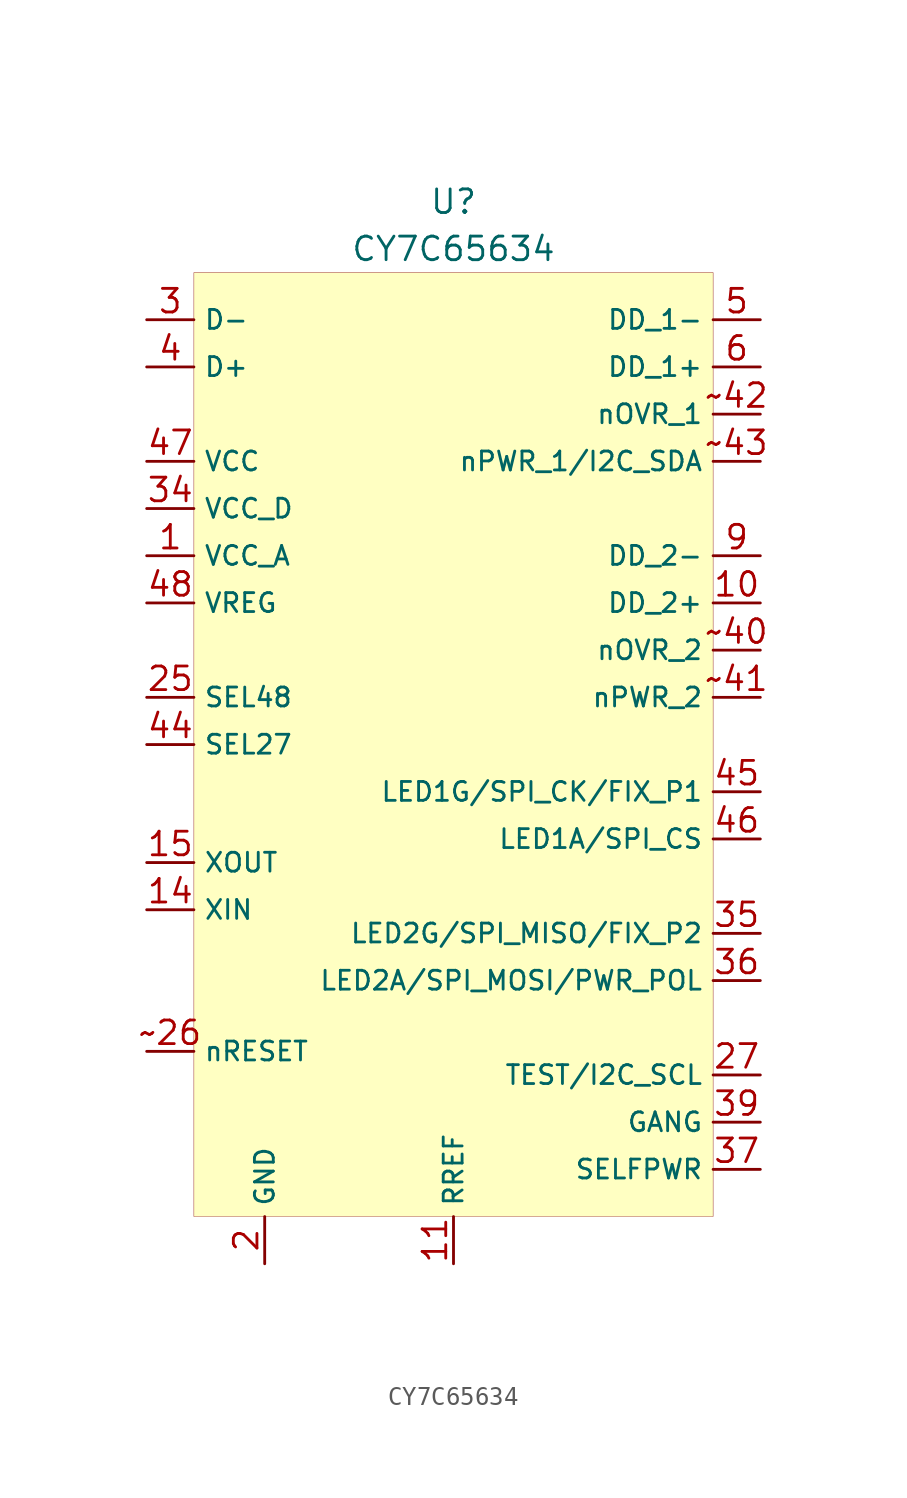
<source format=kicad_sym>
(kicad_symbol_lib
  (version 20201005)
  (generator kicad_symbol_editor)
  (symbol "CustomSymbols:CY7C65634"
    (property "Reference" "U"
      (at 0 29.21 0)
      (effects (font (size 1.27 1.27))))
    (property "Value" "CY7C65634"
      (at 0 26.67 0)
      (effects (font (size 1.27 1.27))))
    (symbol "CY7C65634_0_0"
      (pin power_in line (at -16.51 10.16 0) (length 2.54) (name "VCC_A" (effects (font (size 1.016 1.016)))) (number "1" (effects (font (size 1.27 1.27)))))
      (pin tri_state line (at 16.51 7.62 180) (length 2.54) (name "DD_2+" (effects (font (size 1.016 1.016)))) (number "10" (effects (font (size 1.27 1.27)))))
      (pin passive line (at 0 -27.94 90) (length 2.54) (name "RREF" (effects (font (size 1.016 1.016)))) (number "11" (effects (font (size 1.27 1.27)))))
      (pin power_in line (at -16.51 10.16 0) (length 2.54) hide (name "VCC_A" (effects (font (size 1.016 1.016)))) (number "12" (effects (font (size 1.27 1.27)))))
      (pin power_in line (at -10.16 -27.94 90) (length 2.54) hide (name "GND" (effects (font (size 1.016 1.016)))) (number "13" (effects (font (size 1.27 1.27)))))
      (pin input line (at -16.51 -8.89 0) (length 2.54) (name "XIN" (effects (font (size 1.016 1.016)))) (number "14" (effects (font (size 1.27 1.27)))))
      (pin output line (at -16.51 -6.35 0) (length 2.54) (name "XOUT" (effects (font (size 1.016 1.016)))) (number "15" (effects (font (size 1.27 1.27)))))
      (pin power_in line (at -16.51 10.16 0) (length 2.54) hide (name "VCC_A" (effects (font (size 1.016 1.016)))) (number "16" (effects (font (size 1.27 1.27)))))
      (pin no_connect non_logic (at -6.35 -27.94 90) (length 2.54) hide (name "NC" (effects (font (size 1.27 1.27)))) (number "17" (effects (font (size 1.27 1.27)))))
      (pin no_connect non_logic (at -6.35 -27.94 90) (length 2.54) hide (name "NC" (effects (font (size 1.27 1.27)))) (number "18" (effects (font (size 1.27 1.27)))))
      (pin no_connect non_logic (at -6.35 -27.94 90) (length 2.54) hide (name "NC" (effects (font (size 1.27 1.27)))) (number "19" (effects (font (size 1.27 1.27)))))
      (pin power_in line (at -10.16 -27.94 90) (length 2.54) (name "GND" (effects (font (size 1.016 1.016)))) (number "2" (effects (font (size 1.27 1.27)))))
      (pin power_in line (at -10.16 -27.94 90) (length 2.54) hide (name "GND" (effects (font (size 1.016 1.016)))) (number "20" (effects (font (size 1.27 1.27)))))
      (pin no_connect non_logic (at -6.35 -27.94 90) (length 2.54) hide (name "NC" (effects (font (size 1.27 1.27)))) (number "21" (effects (font (size 1.27 1.27)))))
      (pin no_connect non_logic (at -6.35 -27.94 90) (length 2.54) hide (name "NC" (effects (font (size 1.27 1.27)))) (number "22" (effects (font (size 1.27 1.27)))))
      (pin no_connect non_logic (at -6.35 -27.94 90) (length 2.54) hide (name "NC" (effects (font (size 1.27 1.27)))) (number "23" (effects (font (size 1.27 1.27)))))
      (pin no_connect non_logic (at -6.35 -27.94 90) (length 2.54) hide (name "NC" (effects (font (size 1.27 1.27)))) (number "24" (effects (font (size 1.27 1.27)))))
      (pin input line (at -16.51 2.54 0) (length 2.54) (name "SEL48" (effects (font (size 1.016 1.016)))) (number "25" (effects (font (size 1.27 1.27)))))
      (pin bidirectional line (at 16.51 -17.78 180) (length 2.54) (name "TEST/I2C_SCL" (effects (font (size 1.016 1.016)))) (number "27" (effects (font (size 1.27 1.27)))))
      (pin no_connect non_logic (at -6.35 -27.94 90) (length 2.54) hide (name "NC" (effects (font (size 1.27 1.27)))) (number "28" (effects (font (size 1.27 1.27)))))
      (pin no_connect non_logic (at -6.35 -27.94 90) (length 2.54) hide (name "NC" (effects (font (size 1.27 1.27)))) (number "29" (effects (font (size 1.27 1.27)))))
      (pin tri_state line (at -16.51 22.86 0) (length 2.54) (name "D-" (effects (font (size 1.016 1.016)))) (number "3" (effects (font (size 1.27 1.27)))))
      (pin no_connect non_logic (at -6.35 -27.94 90) (length 2.54) hide (name "NC" (effects (font (size 1.27 1.27)))) (number "30" (effects (font (size 1.27 1.27)))))
      (pin no_connect non_logic (at -6.35 -27.94 90) (length 2.54) hide (name "NC" (effects (font (size 1.27 1.27)))) (number "31" (effects (font (size 1.27 1.27)))))
      (pin no_connect non_logic (at -6.35 -27.94 90) (length 2.54) hide (name "NC" (effects (font (size 1.27 1.27)))) (number "32" (effects (font (size 1.27 1.27)))))
      (pin no_connect non_logic (at -6.35 -27.94 90) (length 2.54) hide (name "NC" (effects (font (size 1.27 1.27)))) (number "33" (effects (font (size 1.27 1.27)))))
      (pin power_in line (at -16.51 12.7 0) (length 2.54) (name "VCC_D" (effects (font (size 1.016 1.016)))) (number "34" (effects (font (size 1.27 1.27)))))
      (pin bidirectional line (at 16.51 -10.16 180) (length 2.54) (name "LED2G/SPI_MISO/FIX_P2" (effects (font (size 1.016 1.016)))) (number "35" (effects (font (size 1.27 1.27)))))
      (pin bidirectional line (at 16.51 -12.7 180) (length 2.54) (name "LED2A/SPI_MOSI/PWR_POL" (effects (font (size 1.016 1.016)))) (number "36" (effects (font (size 1.27 1.27)))))
      (pin input line (at 16.51 -22.86 180) (length 2.54) (name "SELFPWR" (effects (font (size 1.016 1.016)))) (number "37" (effects (font (size 1.27 1.27)))))
      (pin power_in line (at -16.51 12.7 0) (length 2.54) hide (name "VCC_D" (effects (font (size 1.016 1.016)))) (number "38" (effects (font (size 1.27 1.27)))))
      (pin bidirectional line (at 16.51 -20.32 180) (length 2.54) (name "GANG" (effects (font (size 1.016 1.016)))) (number "39" (effects (font (size 1.27 1.27)))))
      (pin tri_state line (at -16.51 20.32 0) (length 2.54) (name "D+" (effects (font (size 1.016 1.016)))) (number "4" (effects (font (size 1.27 1.27)))))
      (pin input line (at -16.51 0 0) (length 2.54) (name "SEL27" (effects (font (size 1.016 1.016)))) (number "44" (effects (font (size 1.27 1.27)))))
      (pin bidirectional line (at 16.51 -2.54 180) (length 2.54) (name "LED1G/SPI_CK/FIX_P1" (effects (font (size 1.016 1.016)))) (number "45" (effects (font (size 1.27 1.27)))))
      (pin output line (at 16.51 -5.08 180) (length 2.54) (name "LED1A/SPI_CS" (effects (font (size 1.016 1.016)))) (number "46" (effects (font (size 1.27 1.27)))))
      (pin power_in line (at -16.51 15.24 0) (length 2.54) (name "VCC" (effects (font (size 1.016 1.016)))) (number "47" (effects (font (size 1.27 1.27)))))
      (pin power_out line (at -16.51 7.62 0) (length 2.54) (name "VREG" (effects (font (size 1.016 1.016)))) (number "48" (effects (font (size 1.27 1.27)))))
      (pin tri_state line (at 16.51 22.86 180) (length 2.54) (name "DD_1-" (effects (font (size 1.016 1.016)))) (number "5" (effects (font (size 1.27 1.27)))))
      (pin tri_state line (at 16.51 20.32 180) (length 2.54) (name "DD_1+" (effects (font (size 1.016 1.016)))) (number "6" (effects (font (size 1.27 1.27)))))
      (pin power_in line (at -16.51 10.16 0) (length 2.54) hide (name "VCC_A" (effects (font (size 1.016 1.016)))) (number "7" (effects (font (size 1.27 1.27)))))
      (pin power_in line (at -10.16 -27.94 90) (length 2.54) hide (name "GND" (effects (font (size 1.016 1.016)))) (number "8" (effects (font (size 1.27 1.27)))))
      (pin tri_state line (at 16.51 10.16 180) (length 2.54) (name "DD_2-" (effects (font (size 1.016 1.016)))) (number "9" (effects (font (size 1.27 1.27)))))
      (pin input line (at -16.51 -16.51 0) (length 2.54) (name "nRESET" (effects (font (size 1.016 1.016)))) (number "~26" (effects (font (size 1.27 1.27)))))
      (pin input line (at 16.51 5.08 180) (length 2.54) (name "nOVR_2" (effects (font (size 1.016 1.016)))) (number "~40" (effects (font (size 1.27 1.27)))))
      (pin tri_state line (at 16.51 2.54 180) (length 2.54) (name "nPWR_2" (effects (font (size 1.016 1.016)))) (number "~41" (effects (font (size 1.27 1.27)))))
      (pin input line (at 16.51 17.78 180) (length 2.54) (name "nOVR_1" (effects (font (size 1.016 1.016)))) (number "~42" (effects (font (size 1.27 1.27)))))
      (pin tri_state line (at 16.51 15.24 180) (length 2.54) (name "nPWR_1/I2C_SDA" (effects (font (size 1.016 1.016)))) (number "~43" (effects (font (size 1.27 1.27))))))
    (symbol "CY7C65634_0_1"
      (rectangle (start -13.97 25.4) (end 13.97 -25.4) (stroke (width 0.001)) (fill (type background))))))
</source>
